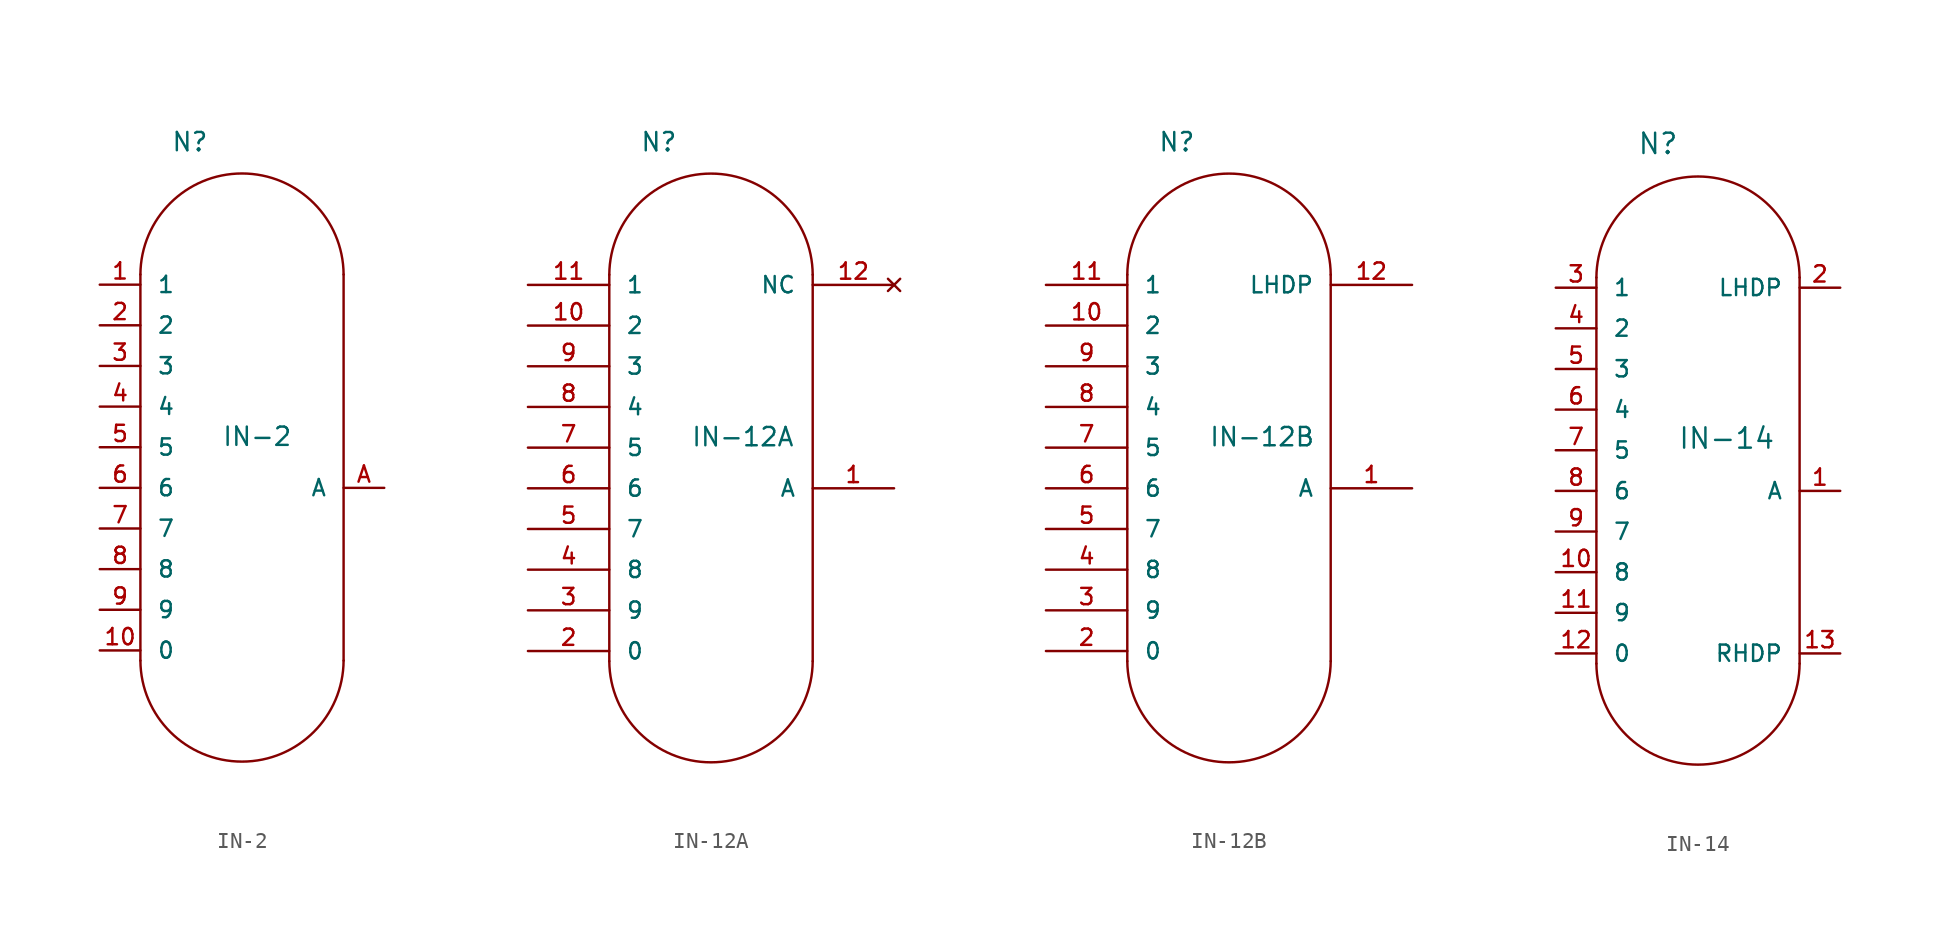
<source format=kicad_sym>
(kicad_symbol_lib
  (version 20211014)
  (generator kicad_symbol_editor)
  (symbol "IN-2"
    (pin_names
      (offset 1.016))
    (property "Reference" "N"
      (at -3.175 18.415 0)
      (effects (font (size 1.143 1.143)) (justify left bottom)))
    (property "Value" "IN-2"
      (at 0 0 0)
      (effects (font (size 1.143 1.143)) (justify left bottom)))
    (symbol "IN-2_1_0"
      (polyline (pts (xy -5.08 -13.335) (xy -5.08 10.795)) (stroke (width 0) (type default) (color 0 0 0 0)) (fill (type none)))
      (polyline (pts (xy 7.62 -13.335) (xy 7.62 10.795)) (stroke (width 0) (type default) (color 0 0 0 0)) (fill (type none))))
    (symbol "IN-2_1_1"
      (arc (start -5.08 -13.335) (mid 1.27 -19.685) (end 7.62 -13.335) (stroke (width 0) (type default) (color 0 0 0 0)) (fill (type none)))
      (arc (start 7.62 10.795) (mid 1.27 17.145) (end -5.08 10.795) (stroke (width 0) (type default) (color 0 0 0 0)) (fill (type none)))
      (pin passive line (at -7.62 10.16 0) (length 2.54) (name "1" (effects (font (size 1.016 1.016)))) (number "1" (effects (font (size 1.016 1.016)))))
      (pin passive line (at -7.62 -12.7 0) (length 2.54) (name "0" (effects (font (size 1.016 1.016)))) (number "10" (effects (font (size 1.016 1.016)))))
      (pin passive line (at -7.62 7.62 0) (length 2.54) (name "2" (effects (font (size 1.016 1.016)))) (number "2" (effects (font (size 1.016 1.016)))))
      (pin passive line (at -7.62 5.08 0) (length 2.54) (name "3" (effects (font (size 1.016 1.016)))) (number "3" (effects (font (size 1.016 1.016)))))
      (pin passive line (at -7.62 2.54 0) (length 2.54) (name "4" (effects (font (size 1.016 1.016)))) (number "4" (effects (font (size 1.016 1.016)))))
      (pin passive line (at -7.62 0 0) (length 2.54) (name "5" (effects (font (size 1.016 1.016)))) (number "5" (effects (font (size 1.016 1.016)))))
      (pin passive line (at -7.62 -2.54 0) (length 2.54) (name "6" (effects (font (size 1.016 1.016)))) (number "6" (effects (font (size 1.016 1.016)))))
      (pin passive line (at -7.62 -5.08 0) (length 2.54) (name "7" (effects (font (size 1.016 1.016)))) (number "7" (effects (font (size 1.016 1.016)))))
      (pin passive line (at -7.62 -7.62 0) (length 2.54) (name "8" (effects (font (size 1.016 1.016)))) (number "8" (effects (font (size 1.016 1.016)))))
      (pin passive line (at -7.62 -10.16 0) (length 2.54) (name "9" (effects (font (size 1.016 1.016)))) (number "9" (effects (font (size 1.016 1.016)))))
      (pin power_in line (at 10.16 -2.54 180) (length 2.54) (name "A" (effects (font (size 1.016 1.016)))) (number "A" (effects (font (size 1.016 1.016)))))))
  (symbol "IN-12A"
    (pin_names
      (offset 1.016))
    (property "Reference" "N"
      (at -3.175 18.415 0)
      (effects (font (size 1.143 1.143)) (justify left bottom)))
    (property "Value" "IN-12A"
      (at 0 0 0)
      (effects (font (size 1.143 1.143)) (justify left bottom)))
    (symbol "IN-12A_1_0"
      (polyline (pts (xy -5.08 -13.335) (xy -5.08 10.795)) (stroke (width 0) (type default) (color 0 0 0 0)) (fill (type none)))
      (polyline (pts (xy 7.62 -13.335) (xy 7.62 10.795)) (stroke (width 0) (type default) (color 0 0 0 0)) (fill (type none))))
    (symbol "IN-12A_1_1"
      (arc (start -5.08 -13.335) (mid 1.27 -19.685) (end 7.62 -13.335) (stroke (width 0) (type default) (color 0 0 0 0)) (fill (type none)))
      (arc (start 7.62 10.795) (mid 1.27 17.145) (end -5.08 10.795) (stroke (width 0) (type default) (color 0 0 0 0)) (fill (type none)))
      (pin power_in line (at 12.7 -2.54 180) (length 5.08) (name "A" (effects (font (size 1.016 1.016)))) (number "1" (effects (font (size 1.016 1.016)))))
      (pin passive line (at -10.16 7.62 0) (length 5.08) (name "2" (effects (font (size 1.016 1.016)))) (number "10" (effects (font (size 1.016 1.016)))))
      (pin passive line (at -10.16 10.16 0) (length 5.08) (name "1" (effects (font (size 1.016 1.016)))) (number "11" (effects (font (size 1.016 1.016)))))
      (pin no_connect line (at 12.7 10.16 180) (length 5.08) (name "NC" (effects (font (size 1.016 1.016)))) (number "12" (effects (font (size 1.016 1.016)))))
      (pin passive line (at -10.16 -12.7 0) (length 5.08) (name "0" (effects (font (size 1.016 1.016)))) (number "2" (effects (font (size 1.016 1.016)))))
      (pin passive line (at -10.16 -10.16 0) (length 5.08) (name "9" (effects (font (size 1.016 1.016)))) (number "3" (effects (font (size 1.016 1.016)))))
      (pin passive line (at -10.16 -7.62 0) (length 5.08) (name "8" (effects (font (size 1.016 1.016)))) (number "4" (effects (font (size 1.016 1.016)))))
      (pin passive line (at -10.16 -5.08 0) (length 5.08) (name "7" (effects (font (size 1.016 1.016)))) (number "5" (effects (font (size 1.016 1.016)))))
      (pin passive line (at -10.16 -2.54 0) (length 5.08) (name "6" (effects (font (size 1.016 1.016)))) (number "6" (effects (font (size 1.016 1.016)))))
      (pin passive line (at -10.16 0 0) (length 5.08) (name "5" (effects (font (size 1.016 1.016)))) (number "7" (effects (font (size 1.016 1.016)))))
      (pin passive line (at -10.16 2.54 0) (length 5.08) (name "4" (effects (font (size 1.016 1.016)))) (number "8" (effects (font (size 1.016 1.016)))))
      (pin passive line (at -10.16 5.08 0) (length 5.08) (name "3" (effects (font (size 1.016 1.016)))) (number "9" (effects (font (size 1.016 1.016)))))))
  (symbol "IN-12B"
    (pin_names
      (offset 1.016))
    (property "Reference" "N"
      (at -3.175 18.415 0)
      (effects (font (size 1.143 1.143)) (justify left bottom)))
    (property "Value" "IN-12B"
      (at 0 0 0)
      (effects (font (size 1.143 1.143)) (justify left bottom)))
    (symbol "IN-12B_1_0"
      (polyline (pts (xy -5.08 -13.335) (xy -5.08 10.795)) (stroke (width 0) (type default) (color 0 0 0 0)) (fill (type none)))
      (polyline (pts (xy 7.62 -13.335) (xy 7.62 10.795)) (stroke (width 0) (type default) (color 0 0 0 0)) (fill (type none))))
    (symbol "IN-12B_1_1"
      (arc (start -5.08 -13.335) (mid 1.27 -19.685) (end 7.62 -13.335) (stroke (width 0) (type default) (color 0 0 0 0)) (fill (type none)))
      (arc (start 7.62 10.795) (mid 1.27 17.145) (end -5.08 10.795) (stroke (width 0) (type default) (color 0 0 0 0)) (fill (type none)))
      (pin power_in line (at 12.7 -2.54 180) (length 5.08) (name "A" (effects (font (size 1.016 1.016)))) (number "1" (effects (font (size 1.016 1.016)))))
      (pin passive line (at -10.16 7.62 0) (length 5.08) (name "2" (effects (font (size 1.016 1.016)))) (number "10" (effects (font (size 1.016 1.016)))))
      (pin passive line (at -10.16 10.16 0) (length 5.08) (name "1" (effects (font (size 1.016 1.016)))) (number "11" (effects (font (size 1.016 1.016)))))
      (pin passive line (at 12.7 10.16 180) (length 5.08) (name "LHDP" (effects (font (size 1.016 1.016)))) (number "12" (effects (font (size 1.016 1.016)))))
      (pin passive line (at -10.16 -12.7 0) (length 5.08) (name "0" (effects (font (size 1.016 1.016)))) (number "2" (effects (font (size 1.016 1.016)))))
      (pin passive line (at -10.16 -10.16 0) (length 5.08) (name "9" (effects (font (size 1.016 1.016)))) (number "3" (effects (font (size 1.016 1.016)))))
      (pin passive line (at -10.16 -7.62 0) (length 5.08) (name "8" (effects (font (size 1.016 1.016)))) (number "4" (effects (font (size 1.016 1.016)))))
      (pin passive line (at -10.16 -5.08 0) (length 5.08) (name "7" (effects (font (size 1.016 1.016)))) (number "5" (effects (font (size 1.016 1.016)))))
      (pin passive line (at -10.16 -2.54 0) (length 5.08) (name "6" (effects (font (size 1.016 1.016)))) (number "6" (effects (font (size 1.016 1.016)))))
      (pin passive line (at -10.16 0 0) (length 5.08) (name "5" (effects (font (size 1.016 1.016)))) (number "7" (effects (font (size 1.016 1.016)))))
      (pin passive line (at -10.16 2.54 0) (length 5.08) (name "4" (effects (font (size 1.016 1.016)))) (number "8" (effects (font (size 1.016 1.016)))))
      (pin passive line (at -10.16 5.08 0) (length 5.08) (name "3" (effects (font (size 1.016 1.016)))) (number "9" (effects (font (size 1.016 1.016)))))))
  (symbol "IN-14"
    (pin_names
      (offset 1.016))
    (property "Reference" "N"
      (at -2.54 18.415 0)
      (effects (font (size 1.27 1.27)) (justify left bottom)))
    (property "Value" "IN-14"
      (at 0 0 0)
      (effects (font (size 1.27 1.27)) (justify left bottom)))
    (symbol "IN-14_1_0"
      (polyline (pts (xy -5.08 -13.335) (xy -5.08 10.795)) (stroke (width 0) (type default) (color 0 0 0 0)) (fill (type none)))
      (polyline (pts (xy 7.62 -13.335) (xy 7.62 10.795)) (stroke (width 0) (type default) (color 0 0 0 0)) (fill (type none))))
    (symbol "IN-14_1_1"
      (arc (start -5.08 -13.335) (mid 1.27 -19.685) (end 7.62 -13.335) (stroke (width 0) (type default) (color 0 0 0 0)) (fill (type none)))
      (arc (start 7.62 10.795) (mid 1.27 17.145) (end -5.08 10.795) (stroke (width 0) (type default) (color 0 0 0 0)) (fill (type none)))
      (pin power_in line (at 10.16 -2.54 180) (length 2.54) (name "A" (effects (font (size 1.016 1.016)))) (number "1" (effects (font (size 1.016 1.016)))))
      (pin passive line (at -7.62 -7.62 0) (length 2.54) (name "8" (effects (font (size 1.016 1.016)))) (number "10" (effects (font (size 1.016 1.016)))))
      (pin passive line (at -7.62 -10.16 0) (length 2.54) (name "9" (effects (font (size 1.016 1.016)))) (number "11" (effects (font (size 1.016 1.016)))))
      (pin passive line (at -7.62 -12.7 0) (length 2.54) (name "0" (effects (font (size 1.016 1.016)))) (number "12" (effects (font (size 1.016 1.016)))))
      (pin passive line (at 10.16 -12.7 180) (length 2.54) (name "RHDP" (effects (font (size 1.016 1.016)))) (number "13" (effects (font (size 1.016 1.016)))))
      (pin passive line (at 10.16 10.16 180) (length 2.54) (name "LHDP" (effects (font (size 1.016 1.016)))) (number "2" (effects (font (size 1.016 1.016)))))
      (pin passive line (at -7.62 10.16 0) (length 2.54) (name "1" (effects (font (size 1.016 1.016)))) (number "3" (effects (font (size 1.016 1.016)))))
      (pin passive line (at -7.62 7.62 0) (length 2.54) (name "2" (effects (font (size 1.016 1.016)))) (number "4" (effects (font (size 1.016 1.016)))))
      (pin passive line (at -7.62 5.08 0) (length 2.54) (name "3" (effects (font (size 1.016 1.016)))) (number "5" (effects (font (size 1.016 1.016)))))
      (pin passive line (at -7.62 2.54 0) (length 2.54) (name "4" (effects (font (size 1.016 1.016)))) (number "6" (effects (font (size 1.016 1.016)))))
      (pin passive line (at -7.62 0 0) (length 2.54) (name "5" (effects (font (size 1.016 1.016)))) (number "7" (effects (font (size 1.016 1.016)))))
      (pin passive line (at -7.62 -2.54 0) (length 2.54) (name "6" (effects (font (size 1.016 1.016)))) (number "8" (effects (font (size 1.016 1.016)))))
      (pin passive line (at -7.62 -5.08 0) (length 2.54) (name "7" (effects (font (size 1.016 1.016)))) (number "9" (effects (font (size 1.016 1.016))))))))
</source>
